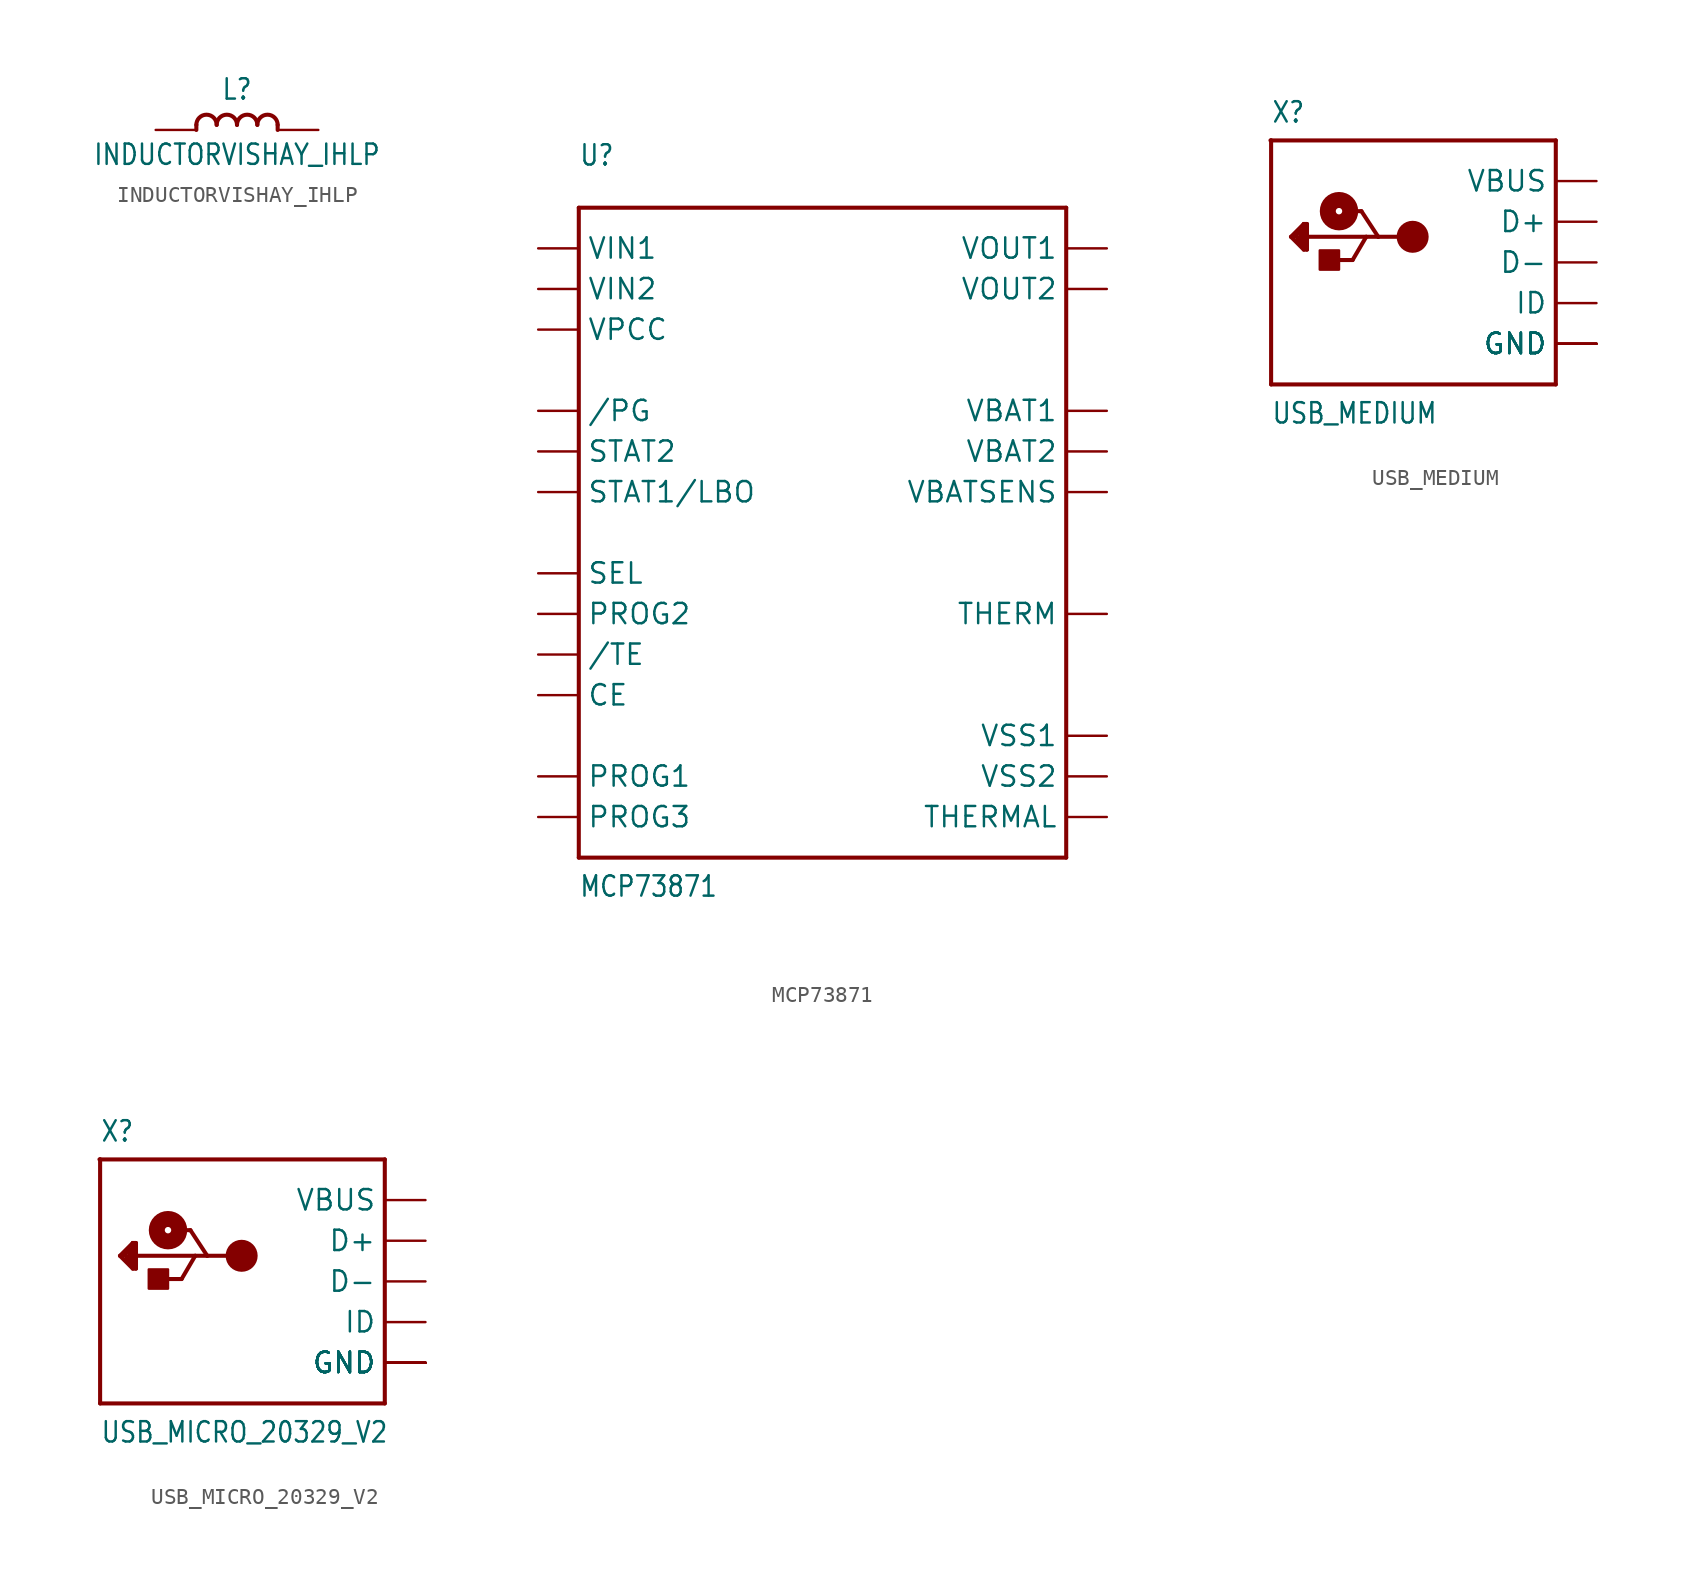
<source format=kicad_sym>
(kicad_symbol_lib
  (version 20211014)
  (generator kicad_symbol_editor)
  (symbol "INDUCTORVISHAY_IHLP"
    (property "Reference" "L"
      (at 0 2.54 0)
      (effects (font (size 1.27 1.079))))
    (property "Value" "INDUCTORVISHAY_IHLP"
      (at 0 -1.54 0)
      (effects (font (size 1.27 1.079))))
    (property "ki_locked" ""
      (at 0 0 0)
      (effects (font (size 1.27 1.27))))
    (symbol "INDUCTORVISHAY_IHLP_1_0"
      (arc (start -1.27 0.3175) (mid -1.905 0.9524) (end -2.54 0.3175) (stroke (width 0.254) (type default) (color 0 0 0 0)) (fill (type none)))
      (polyline (pts (xy -2.54 0.318) (xy -2.54 0)) (stroke (width 0.254) (type default) (color 0 0 0 0)) (fill (type none)))
      (polyline (pts (xy 2.54 0.318) (xy 2.54 0)) (stroke (width 0.254) (type default) (color 0 0 0 0)) (fill (type none)))
      (arc (start 0 0.3175) (mid -0.635 0.9524) (end -1.27 0.3175) (stroke (width 0.254) (type default) (color 0 0 0 0)) (fill (type none)))
      (arc (start 1.27 0.3175) (mid 0.635 0.9524) (end 0 0.3175) (stroke (width 0.254) (type default) (color 0 0 0 0)) (fill (type none)))
      (arc (start 2.54 0.3175) (mid 1.905 0.9524) (end 1.27 0.3175) (stroke (width 0.254) (type default) (color 0 0 0 0)) (fill (type none)))
      (pin passive line (at -5.08 0 0) (length 2.54) (name "1" (effects (font (size 0 0)))) (number "1" (effects (font (size 0 0)))))
      (pin passive line (at 5.08 0 180) (length 2.54) (name "2" (effects (font (size 0 0)))) (number "2" (effects (font (size 0 0)))))))
  (symbol "MCP73871"
    (property "Reference" "U"
      (at -15.24 22.86 0)
      (effects (font (size 1.27 1.079)) (justify left bottom)))
    (property "Value" "MCP73871"
      (at -15.24 -22.86 0)
      (effects (font (size 1.27 1.079)) (justify left bottom)))
    (property "ki_locked" ""
      (at 0 0 0)
      (effects (font (size 1.27 1.27))))
    (symbol "MCP73871_1_0"
      (polyline (pts (xy -15.24 -20.32) (xy -15.24 20.32)) (stroke (width 0.254) (type default) (color 0 0 0 0)) (fill (type none)))
      (polyline (pts (xy -15.24 20.32) (xy 15.24 20.32)) (stroke (width 0.254) (type default) (color 0 0 0 0)) (fill (type none)))
      (polyline (pts (xy 15.24 -20.32) (xy -15.24 -20.32)) (stroke (width 0.254) (type default) (color 0 0 0 0)) (fill (type none)))
      (polyline (pts (xy 15.24 20.32) (xy 15.24 -20.32)) (stroke (width 0.254) (type default) (color 0 0 0 0)) (fill (type none)))
      (pin bidirectional line (at 17.78 17.78 180) (length 2.54) (name "VOUT1" (effects (font (size 1.27 1.27)))) (number "P$1" (effects (font (size 0 0)))))
      (pin bidirectional line (at 17.78 -12.7 180) (length 2.54) (name "VSS1" (effects (font (size 1.27 1.27)))) (number "P$10" (effects (font (size 0 0)))))
      (pin bidirectional line (at 17.78 -15.24 180) (length 2.54) (name "VSS2" (effects (font (size 1.27 1.27)))) (number "P$11" (effects (font (size 0 0)))))
      (pin bidirectional line (at -17.78 -17.78 0) (length 2.54) (name "PROG3" (effects (font (size 1.27 1.27)))) (number "P$12" (effects (font (size 0 0)))))
      (pin bidirectional line (at -17.78 -15.24 0) (length 2.54) (name "PROG1" (effects (font (size 1.27 1.27)))) (number "P$13" (effects (font (size 0 0)))))
      (pin bidirectional line (at 17.78 7.62 180) (length 2.54) (name "VBAT1" (effects (font (size 1.27 1.27)))) (number "P$14" (effects (font (size 0 0)))))
      (pin bidirectional line (at 17.78 5.08 180) (length 2.54) (name "VBAT2" (effects (font (size 1.27 1.27)))) (number "P$15" (effects (font (size 0 0)))))
      (pin bidirectional line (at 17.78 2.54 180) (length 2.54) (name "VBATSENS" (effects (font (size 1.27 1.27)))) (number "P$16" (effects (font (size 0 0)))))
      (pin bidirectional line (at -17.78 -10.16 0) (length 2.54) (name "CE" (effects (font (size 1.27 1.27)))) (number "P$17" (effects (font (size 0 0)))))
      (pin bidirectional line (at -17.78 17.78 0) (length 2.54) (name "VIN1" (effects (font (size 1.27 1.27)))) (number "P$18" (effects (font (size 0 0)))))
      (pin bidirectional line (at -17.78 15.24 0) (length 2.54) (name "VIN2" (effects (font (size 1.27 1.27)))) (number "P$19" (effects (font (size 0 0)))))
      (pin bidirectional line (at -17.78 12.7 0) (length 2.54) (name "VPCC" (effects (font (size 1.27 1.27)))) (number "P$2" (effects (font (size 0 0)))))
      (pin bidirectional line (at 17.78 15.24 180) (length 2.54) (name "VOUT2" (effects (font (size 1.27 1.27)))) (number "P$20" (effects (font (size 0 0)))))
      (pin bidirectional line (at 17.78 -17.78 180) (length 2.54) (name "THERMAL" (effects (font (size 1.27 1.27)))) (number "P$21" (effects (font (size 0 0)))))
      (pin bidirectional line (at -17.78 -2.54 0) (length 2.54) (name "SEL" (effects (font (size 1.27 1.27)))) (number "P$3" (effects (font (size 0 0)))))
      (pin bidirectional line (at -17.78 -5.08 0) (length 2.54) (name "PROG2" (effects (font (size 1.27 1.27)))) (number "P$4" (effects (font (size 0 0)))))
      (pin bidirectional line (at 17.78 -5.08 180) (length 2.54) (name "THERM" (effects (font (size 1.27 1.27)))) (number "P$5" (effects (font (size 0 0)))))
      (pin bidirectional line (at -17.78 7.62 0) (length 2.54) (name "/PG" (effects (font (size 1.27 1.27)))) (number "P$6" (effects (font (size 0 0)))))
      (pin bidirectional line (at -17.78 5.08 0) (length 2.54) (name "STAT2" (effects (font (size 1.27 1.27)))) (number "P$7" (effects (font (size 0 0)))))
      (pin bidirectional line (at -17.78 2.54 0) (length 2.54) (name "STAT1/LBO" (effects (font (size 1.27 1.27)))) (number "P$8" (effects (font (size 0 0)))))
      (pin bidirectional line (at -17.78 -7.62 0) (length 2.54) (name "/TE" (effects (font (size 1.27 1.27)))) (number "P$9" (effects (font (size 0 0)))))))
  (symbol "USB_MEDIUM"
    (property "Reference" "X"
      (at -10.16 8.636 0)
      (effects (font (size 1.27 1.079)) (justify left bottom)))
    (property "Value" "USB_MEDIUM"
      (at -10.16 -10.16 0)
      (effects (font (size 1.27 1.079)) (justify left bottom)))
    (property "ki_locked" ""
      (at 0 0 0)
      (effects (font (size 1.27 1.27))))
    (symbol "USB_MEDIUM_1_0"
      (rectangle (start -7.12 -0.45) (end -5.92 0.75) (stroke (width 0) (type default) (color 0 0 0 0)) (fill (type outline)))
      (circle (center -5.92 3.2) (radius 0.2) (stroke (width 1) (type default) (color 0 0 0 0)) (fill (type none)))
      (circle (center -1.32 1.6) (radius 0.5) (stroke (width 1) (type default) (color 0 0 0 0)) (fill (type none)))
      (polyline (pts (xy -10.2 7.62) (xy -10.16 7.62)) (stroke (width 0.254) (type default) (color 0 0 0 0)) (fill (type none)))
      (polyline (pts (xy -10.16 -7.62) (xy 7.62 -7.62)) (stroke (width 0.254) (type default) (color 0 0 0 0)) (fill (type none)))
      (polyline (pts (xy -10.16 7.62) (xy -10.16 -7.62)) (stroke (width 0.254) (type default) (color 0 0 0 0)) (fill (type none)))
      (polyline (pts (xy -10.16 7.62) (xy 7.62 7.62)) (stroke (width 0.254) (type default) (color 0 0 0 0)) (fill (type none)))
      (polyline (pts (xy -8.92 1.6) (xy -8.12 2.4)) (stroke (width 0.254) (type default) (color 0 0 0 0)) (fill (type none)))
      (polyline (pts (xy -8.52 1.4) (xy -8.32 1.2)) (stroke (width 0.254) (type default) (color 0 0 0 0)) (fill (type none)))
      (polyline (pts (xy -8.52 1.6) (xy -8.52 1.4)) (stroke (width 0.254) (type default) (color 0 0 0 0)) (fill (type none)))
      (polyline (pts (xy -8.32 1.2) (xy -8.32 2)) (stroke (width 0.254) (type default) (color 0 0 0 0)) (fill (type none)))
      (polyline (pts (xy -8.32 2) (xy -8.72 1.6)) (stroke (width 0.254) (type default) (color 0 0 0 0)) (fill (type none)))
      (polyline (pts (xy -8.12 0.8) (xy -8.92 1.6)) (stroke (width 0.254) (type default) (color 0 0 0 0)) (fill (type none)))
      (polyline (pts (xy -8.12 1) (xy -8.12 2.4)) (stroke (width 0.254) (type default) (color 0 0 0 0)) (fill (type none)))
      (polyline (pts (xy -8.12 2.4) (xy -7.92 2.4)) (stroke (width 0.254) (type default) (color 0 0 0 0)) (fill (type none)))
      (polyline (pts (xy -7.92 0.8) (xy -8.12 0.8)) (stroke (width 0.254) (type default) (color 0 0 0 0)) (fill (type none)))
      (polyline (pts (xy -7.92 1.6) (xy -7.92 0.8)) (stroke (width 0.254) (type default) (color 0 0 0 0)) (fill (type none)))
      (polyline (pts (xy -7.92 2.4) (xy -7.92 1.6)) (stroke (width 0.254) (type default) (color 0 0 0 0)) (fill (type none)))
      (polyline (pts (xy -6.27 0.15) (xy -5.07 0.15)) (stroke (width 0.254) (type default) (color 0 0 0 0)) (fill (type none)))
      (polyline (pts (xy -5.52 3.2) (xy -4.52 3.2)) (stroke (width 0.254) (type default) (color 0 0 0 0)) (fill (type none)))
      (polyline (pts (xy -5.07 0.15) (xy -4.22 1.6)) (stroke (width 0.254) (type default) (color 0 0 0 0)) (fill (type none)))
      (polyline (pts (xy -4.52 3.2) (xy -3.47 1.6)) (stroke (width 0.254) (type default) (color 0 0 0 0)) (fill (type none)))
      (polyline (pts (xy -4.22 1.6) (xy -7.92 1.6)) (stroke (width 0.254) (type default) (color 0 0 0 0)) (fill (type none)))
      (polyline (pts (xy -3.47 1.6) (xy -4.22 1.6)) (stroke (width 0.254) (type default) (color 0 0 0 0)) (fill (type none)))
      (polyline (pts (xy -1.32 1.6) (xy -3.47 1.6)) (stroke (width 0.254) (type default) (color 0 0 0 0)) (fill (type none)))
      (polyline (pts (xy 7.62 7.62) (xy 7.62 -7.62)) (stroke (width 0.254) (type default) (color 0 0 0 0)) (fill (type none)))
      (pin bidirectional line (at 10.16 2.54 180) (length 2.54) (name "D+" (effects (font (size 1.27 1.27)))) (number "D+" (effects (font (size 0 0)))))
      (pin bidirectional line (at 10.16 0 180) (length 2.54) (name "D-" (effects (font (size 1.27 1.27)))) (number "D-" (effects (font (size 0 0)))))
      (pin power_in line (at 10.16 -5.08 180) (length 2.54) (name "GND" (effects (font (size 1.27 1.27)))) (number "GND" (effects (font (size 0 0)))))
      (pin power_in line (at 10.16 -5.08 180) (length 2.54) (name "GND" (effects (font (size 1.27 1.27)))) (number "GND1" (effects (font (size 0 0)))))
      (pin power_in line (at 10.16 -5.08 180) (length 2.54) (name "GND" (effects (font (size 1.27 1.27)))) (number "GND2" (effects (font (size 0 0)))))
      (pin power_in line (at 10.16 -5.08 180) (length 2.54) (name "GND" (effects (font (size 1.27 1.27)))) (number "GND3" (effects (font (size 0 0)))))
      (pin power_in line (at 10.16 -5.08 180) (length 2.54) (name "GND" (effects (font (size 1.27 1.27)))) (number "GND4" (effects (font (size 0 0)))))
      (pin bidirectional line (at 10.16 -2.54 180) (length 2.54) (name "ID" (effects (font (size 1.27 1.27)))) (number "ID" (effects (font (size 0 0)))))
      (pin power_in line (at 10.16 5.08 180) (length 2.54) (name "VBUS" (effects (font (size 1.27 1.27)))) (number "VBUS" (effects (font (size 0 0)))))))
  (symbol "USB_MICRO_20329_V2"
    (property "Reference" "X"
      (at -10.16 8.636 0)
      (effects (font (size 1.27 1.079)) (justify left bottom)))
    (property "Value" "USB_MICRO_20329_V2"
      (at -10.16 -10.16 0)
      (effects (font (size 1.27 1.079)) (justify left bottom)))
    (property "ki_locked" ""
      (at 0 0 0)
      (effects (font (size 1.27 1.27))))
    (symbol "USB_MICRO_20329_V2_1_0"
      (rectangle (start -7.12 -0.45) (end -5.92 0.75) (stroke (width 0) (type default) (color 0 0 0 0)) (fill (type outline)))
      (circle (center -5.92 3.2) (radius 0.2) (stroke (width 1) (type default) (color 0 0 0 0)) (fill (type none)))
      (circle (center -1.32 1.6) (radius 0.5) (stroke (width 1) (type default) (color 0 0 0 0)) (fill (type none)))
      (polyline (pts (xy -10.2 7.62) (xy -10.16 7.62)) (stroke (width 0.254) (type default) (color 0 0 0 0)) (fill (type none)))
      (polyline (pts (xy -10.16 -7.62) (xy 7.62 -7.62)) (stroke (width 0.254) (type default) (color 0 0 0 0)) (fill (type none)))
      (polyline (pts (xy -10.16 7.62) (xy -10.16 -7.62)) (stroke (width 0.254) (type default) (color 0 0 0 0)) (fill (type none)))
      (polyline (pts (xy -10.16 7.62) (xy 7.62 7.62)) (stroke (width 0.254) (type default) (color 0 0 0 0)) (fill (type none)))
      (polyline (pts (xy -8.92 1.6) (xy -8.12 2.4)) (stroke (width 0.254) (type default) (color 0 0 0 0)) (fill (type none)))
      (polyline (pts (xy -8.52 1.4) (xy -8.32 1.2)) (stroke (width 0.254) (type default) (color 0 0 0 0)) (fill (type none)))
      (polyline (pts (xy -8.52 1.6) (xy -8.52 1.4)) (stroke (width 0.254) (type default) (color 0 0 0 0)) (fill (type none)))
      (polyline (pts (xy -8.32 1.2) (xy -8.32 2)) (stroke (width 0.254) (type default) (color 0 0 0 0)) (fill (type none)))
      (polyline (pts (xy -8.32 2) (xy -8.72 1.6)) (stroke (width 0.254) (type default) (color 0 0 0 0)) (fill (type none)))
      (polyline (pts (xy -8.12 0.8) (xy -8.92 1.6)) (stroke (width 0.254) (type default) (color 0 0 0 0)) (fill (type none)))
      (polyline (pts (xy -8.12 1) (xy -8.12 2.4)) (stroke (width 0.254) (type default) (color 0 0 0 0)) (fill (type none)))
      (polyline (pts (xy -8.12 2.4) (xy -7.92 2.4)) (stroke (width 0.254) (type default) (color 0 0 0 0)) (fill (type none)))
      (polyline (pts (xy -7.92 0.8) (xy -8.12 0.8)) (stroke (width 0.254) (type default) (color 0 0 0 0)) (fill (type none)))
      (polyline (pts (xy -7.92 1.6) (xy -7.92 0.8)) (stroke (width 0.254) (type default) (color 0 0 0 0)) (fill (type none)))
      (polyline (pts (xy -7.92 2.4) (xy -7.92 1.6)) (stroke (width 0.254) (type default) (color 0 0 0 0)) (fill (type none)))
      (polyline (pts (xy -6.27 0.15) (xy -5.07 0.15)) (stroke (width 0.254) (type default) (color 0 0 0 0)) (fill (type none)))
      (polyline (pts (xy -5.52 3.2) (xy -4.52 3.2)) (stroke (width 0.254) (type default) (color 0 0 0 0)) (fill (type none)))
      (polyline (pts (xy -5.07 0.15) (xy -4.22 1.6)) (stroke (width 0.254) (type default) (color 0 0 0 0)) (fill (type none)))
      (polyline (pts (xy -4.52 3.2) (xy -3.47 1.6)) (stroke (width 0.254) (type default) (color 0 0 0 0)) (fill (type none)))
      (polyline (pts (xy -4.22 1.6) (xy -7.92 1.6)) (stroke (width 0.254) (type default) (color 0 0 0 0)) (fill (type none)))
      (polyline (pts (xy -3.47 1.6) (xy -4.22 1.6)) (stroke (width 0.254) (type default) (color 0 0 0 0)) (fill (type none)))
      (polyline (pts (xy -1.32 1.6) (xy -3.47 1.6)) (stroke (width 0.254) (type default) (color 0 0 0 0)) (fill (type none)))
      (polyline (pts (xy 7.62 7.62) (xy 7.62 -7.62)) (stroke (width 0.254) (type default) (color 0 0 0 0)) (fill (type none)))
      (pin power_in line (at 10.16 -5.08 180) (length 2.54) (name "GND" (effects (font (size 1.27 1.27)))) (number "BASE@1" (effects (font (size 0 0)))))
      (pin power_in line (at 10.16 -5.08 180) (length 2.54) (name "GND" (effects (font (size 1.27 1.27)))) (number "BASE@2" (effects (font (size 0 0)))))
      (pin bidirectional line (at 10.16 2.54 180) (length 2.54) (name "D+" (effects (font (size 1.27 1.27)))) (number "D+" (effects (font (size 0 0)))))
      (pin bidirectional line (at 10.16 0 180) (length 2.54) (name "D-" (effects (font (size 1.27 1.27)))) (number "D-" (effects (font (size 0 0)))))
      (pin power_in line (at 10.16 -5.08 180) (length 2.54) (name "GND" (effects (font (size 1.27 1.27)))) (number "GND" (effects (font (size 0 0)))))
      (pin bidirectional line (at 10.16 -2.54 180) (length 2.54) (name "ID" (effects (font (size 1.27 1.27)))) (number "ID" (effects (font (size 0 0)))))
      (pin power_in line (at 10.16 -5.08 180) (length 2.54) (name "GND" (effects (font (size 1.27 1.27)))) (number "SPRT@1" (effects (font (size 0 0)))))
      (pin power_in line (at 10.16 -5.08 180) (length 2.54) (name "GND" (effects (font (size 1.27 1.27)))) (number "SPRT@2" (effects (font (size 0 0)))))
      (pin power_in line (at 10.16 -5.08 180) (length 2.54) (name "GND" (effects (font (size 1.27 1.27)))) (number "SPRT@3" (effects (font (size 0 0)))))
      (pin power_in line (at 10.16 -5.08 180) (length 2.54) (name "GND" (effects (font (size 1.27 1.27)))) (number "SPRT@4" (effects (font (size 0 0)))))
      (pin power_in line (at 10.16 5.08 180) (length 2.54) (name "VBUS" (effects (font (size 1.27 1.27)))) (number "VBUS" (effects (font (size 0 0))))))))
</source>
